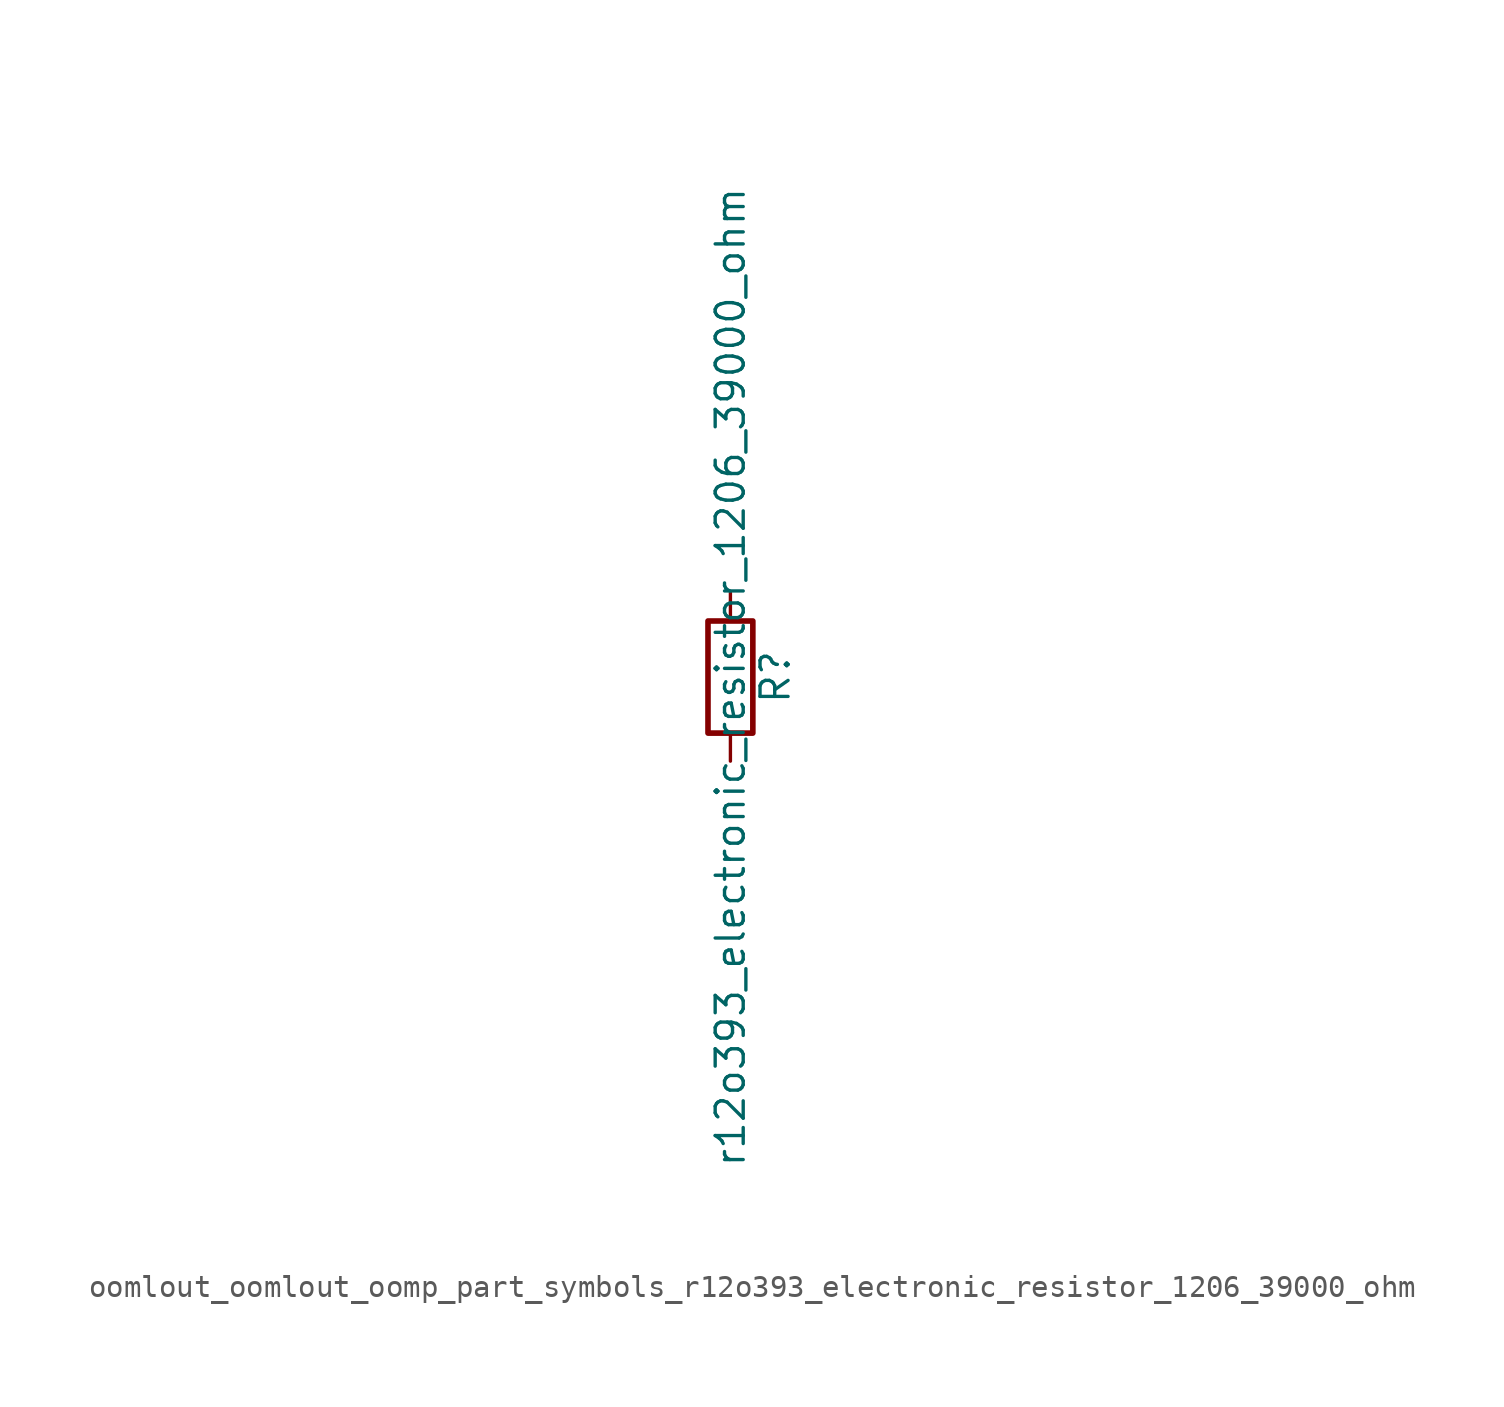
<source format=kicad_sym>
(kicad_symbol_lib
  (version 20220914)
  (generator kicad_symbol_editor)
  (symbol "oomlout_oomlout_oomp_part_symbols_r12o393_electronic_resistor_1206_39000_ohm"
    (pin_numbers hide)
    (pin_names
      (offset 0))
    (property "Reference" "R"
      (at 2.032 0 90)
      (effects (font (size 1.27 1.27))))
    (property "Value" "r12o393_electronic_resistor_1206_39000_ohm"
      (at 0 0 90)
      (effects (font (size 1.27 1.27))))
    (symbol "oomlout_oomlout_oomp_part_symbols_r12o393_electronic_resistor_1206_39000_ohm_0_1"
      (rectangle (start -1.016 -2.54) (end 1.016 2.54) (stroke (width 0.254) (type default)) (fill (type none))))
    (symbol "oomlout_oomlout_oomp_part_symbols_r12o393_electronic_resistor_1206_39000_ohm_1_1"
      (pin passive line (at 0 3.81 270) (length 1.27) (name "~" (effects (font (size 1.27 1.27)))) (number "1" (effects (font (size 1.27 1.27)))))
      (pin passive line (at 0 -3.81 90) (length 1.27) (name "~" (effects (font (size 1.27 1.27)))) (number "2" (effects (font (size 1.27 1.27))))))))
</source>
